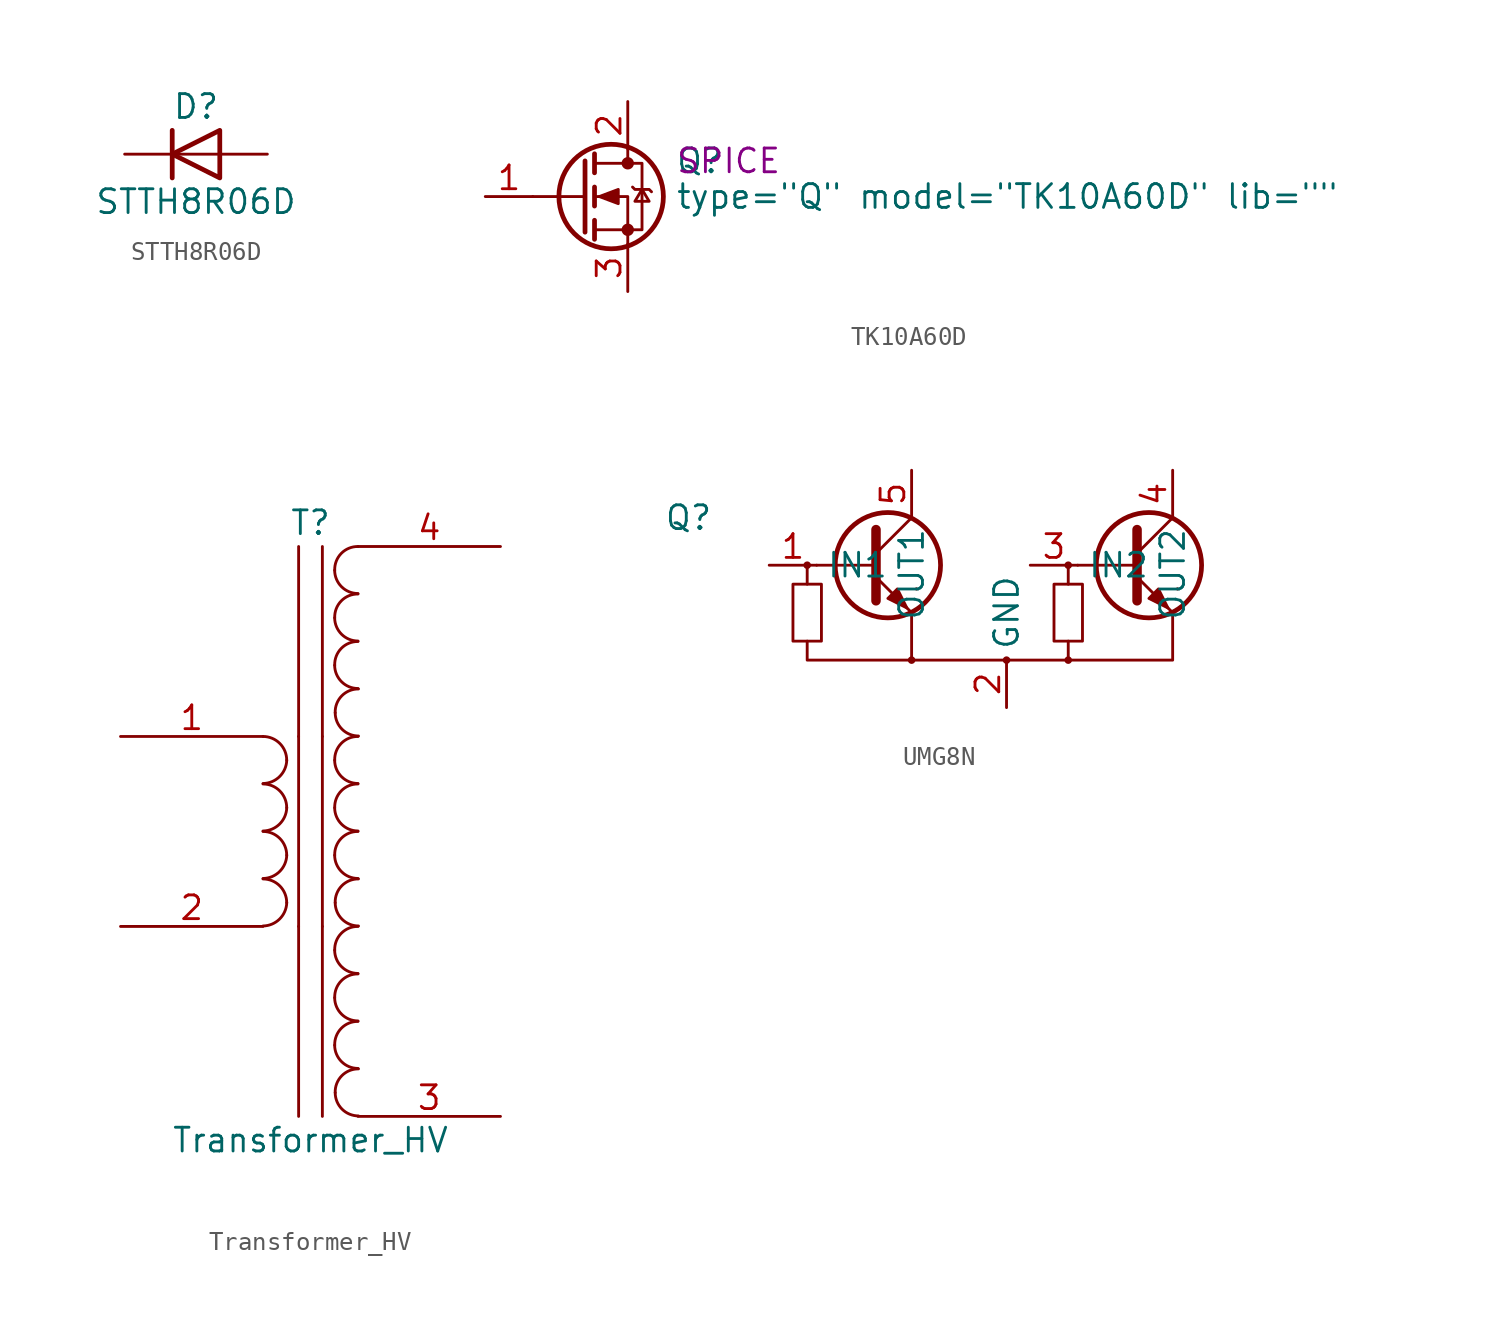
<source format=kicad_sym>
(kicad_symbol_lib
  (version 20231120)
  (generator "kicad_symbol_editor")
  (generator_version "8.0")
  (symbol "STTH8R06D"
    (pin_numbers hide)
    (pin_names
      (offset 1.016) hide)
    (property "Reference" "D"
      (at 0 2.54 0)
      (effects (font (size 1.27 1.27))))
    (property "Value" "STTH8R06D"
      (at 0 -2.54 0)
      (effects (font (size 1.27 1.27))))
    (symbol "STTH8R06D_0_1"
      (polyline (pts (xy -1.27 1.27) (xy -1.27 -1.27)) (stroke (width 0.254) (type default)) (fill (type none)))
      (polyline (pts (xy 1.27 0) (xy -1.27 0)) (stroke (width 0) (type default)) (fill (type none)))
      (polyline (pts (xy 1.27 1.27) (xy 1.27 -1.27) (xy -1.27 0) (xy 1.27 1.27)) (stroke (width 0.254) (type default)) (fill (type none))))
    (symbol "STTH8R06D_1_1"
      (pin passive line (at -3.81 0 0) (length 2.54) (name "K" (effects (font (size 1.27 1.27)))) (number "1" (effects (font (size 1.27 1.27)))))
      (pin passive line (at 3.81 0 180) (length 2.54) (name "A" (effects (font (size 1.27 1.27)))) (number "2" (effects (font (size 1.27 1.27)))))))
  (symbol "TK10A60D"
    (pin_names hide)
    (property "Reference" "Q"
      (at 5.08 1.905 0)
      (effects (font (size 1.27 1.27)) (justify left)))
    (property "Value" "${SIM.PARAMS}"
      (at 5.08 0 0)
      (effects (font (size 1.27 1.27)) (justify left)))
    (property "Sim.Device" "SPICE"
      (at 5.08 1.905 0)
      (effects (font (size 1.27 1.27)) (justify left)))
    (property "Sim.Params" "type=\"Q\" model=\"TK10A60D\" lib=\"\""
      (at 0 0 0)
      (effects (font (size 1.27 1.27)) (hide yes)))
    (symbol "TK10A60D_0_1"
      (polyline (pts (xy 0.254 0) (xy -2.54 0)) (stroke (width 0) (type default)) (fill (type none)))
      (polyline (pts (xy 0.254 1.905) (xy 0.254 -1.905)) (stroke (width 0.254) (type default)) (fill (type none)))
      (polyline (pts (xy 0.762 -1.27) (xy 0.762 -2.286)) (stroke (width 0.254) (type default)) (fill (type none)))
      (polyline (pts (xy 0.762 0.508) (xy 0.762 -0.508)) (stroke (width 0.254) (type default)) (fill (type none)))
      (polyline (pts (xy 0.762 2.286) (xy 0.762 1.27)) (stroke (width 0.254) (type default)) (fill (type none)))
      (polyline (pts (xy 2.54 2.54) (xy 2.54 1.778)) (stroke (width 0) (type default)) (fill (type none)))
      (polyline (pts (xy 2.54 -2.54) (xy 2.54 0) (xy 0.762 0)) (stroke (width 0) (type default)) (fill (type none)))
      (polyline (pts (xy 0.762 -1.778) (xy 3.302 -1.778) (xy 3.302 1.778) (xy 0.762 1.778)) (stroke (width 0) (type default)) (fill (type none)))
      (polyline (pts (xy 1.016 0) (xy 2.032 0.381) (xy 2.032 -0.381) (xy 1.016 0)) (stroke (width 0) (type default)) (fill (type outline)))
      (polyline (pts (xy 2.794 0.508) (xy 2.921 0.381) (xy 3.683 0.381) (xy 3.81 0.254)) (stroke (width 0) (type default)) (fill (type none)))
      (polyline (pts (xy 3.302 0.381) (xy 2.921 -0.254) (xy 3.683 -0.254) (xy 3.302 0.381)) (stroke (width 0) (type default)) (fill (type none)))
      (circle (center 1.651 0) (radius 2.794) (stroke (width 0.254) (type default)) (fill (type none)))
      (circle (center 2.54 -1.778) (radius 0.254) (stroke (width 0) (type default)) (fill (type outline)))
      (circle (center 2.54 1.778) (radius 0.254) (stroke (width 0) (type default)) (fill (type outline))))
    (symbol "TK10A60D_1_1"
      (pin passive line (at -5.08 0 0) (length 2.54) (name "G" (effects (font (size 1.27 1.27)))) (number "1" (effects (font (size 1.27 1.27)))))
      (pin passive line (at 2.54 5.08 270) (length 2.54) (name "D" (effects (font (size 1.27 1.27)))) (number "2" (effects (font (size 1.27 1.27)))))
      (pin passive line (at 2.54 -5.08 90) (length 2.54) (name "S" (effects (font (size 1.27 1.27)))) (number "3" (effects (font (size 1.27 1.27)))))))
  (symbol "Transformer_HV"
    (pin_names
      (offset 1.016) hide)
    (property "Reference" "T"
      (at 0 16.51 0)
      (effects (font (size 1.27 1.27))))
    (property "Value" "Transformer_HV"
      (at 0 -16.51 0)
      (effects (font (size 1.27 1.27))))
    (symbol "Transformer_HV_0_1"
      (arc (start -2.54 -5.0546) (mid -1.6599 -4.6901) (end -1.27 -3.81) (stroke (width 0) (type default)) (fill (type none)))
      (arc (start -2.54 -2.5146) (mid -1.6599 -2.1501) (end -1.27 -1.27) (stroke (width 0) (type default)) (fill (type none)))
      (arc (start -2.54 0.0254) (mid -1.6599 0.3899) (end -1.27 1.27) (stroke (width 0) (type default)) (fill (type none)))
      (arc (start -2.54 2.5654) (mid -1.6599 2.9299) (end -1.27 3.81) (stroke (width 0) (type default)) (fill (type none)))
      (arc (start -1.27 -3.81) (mid -1.642 -2.912) (end -2.54 -2.54) (stroke (width 0) (type default)) (fill (type none)))
      (arc (start -1.27 -1.27) (mid -1.642 -0.372) (end -2.54 0) (stroke (width 0) (type default)) (fill (type none)))
      (arc (start -1.27 1.27) (mid -1.642 2.168) (end -2.54 2.54) (stroke (width 0) (type default)) (fill (type none)))
      (arc (start -1.27 3.81) (mid -1.642 4.708) (end -2.54 5.08) (stroke (width 0) (type default)) (fill (type none)))
      (polyline (pts (xy -0.635 5.08) (xy -0.635 -5.08)) (stroke (width 0) (type default)) (fill (type none)))
      (polyline (pts (xy 0.635 -5.08) (xy 0.635 5.08)) (stroke (width 0) (type default)) (fill (type none)))
      (arc (start 1.2954 -11.43) (mid 1.6599 -12.3101) (end 2.54 -12.6746) (stroke (width 0) (type default)) (fill (type none)))
      (arc (start 1.2954 -8.89) (mid 1.6599 -9.7701) (end 2.54 -10.1346) (stroke (width 0) (type default)) (fill (type none)))
      (arc (start 1.2954 -6.35) (mid 1.6599 -7.2301) (end 2.54 -7.5946) (stroke (width 0) (type default)) (fill (type none)))
      (arc (start 1.2954 -1.27) (mid 1.6599 -2.1501) (end 2.54 -2.5146) (stroke (width 0) (type default)) (fill (type none)))
      (arc (start 1.2954 1.27) (mid 1.6599 0.3899) (end 2.54 0.0254) (stroke (width 0) (type default)) (fill (type none)))
      (arc (start 1.2954 3.81) (mid 1.6599 2.9299) (end 2.54 2.5654) (stroke (width 0) (type default)) (fill (type none)))
      (arc (start 1.2954 8.89) (mid 1.6599 8.0099) (end 2.54 7.6454) (stroke (width 0) (type default)) (fill (type none)))
      (arc (start 1.2954 11.43) (mid 1.6599 10.5499) (end 2.54 10.1854) (stroke (width 0) (type default)) (fill (type none)))
      (arc (start 1.2954 13.97) (mid 1.6599 13.0899) (end 2.54 12.7254) (stroke (width 0) (type default)) (fill (type none)))
      (arc (start 1.3208 -13.97) (mid 1.6853 -14.8501) (end 2.5654 -15.2146) (stroke (width 0) (type default)) (fill (type none)))
      (arc (start 1.3208 -3.81) (mid 1.6853 -4.6901) (end 2.5654 -5.0546) (stroke (width 0) (type default)) (fill (type none)))
      (arc (start 1.3208 6.35) (mid 1.6853 5.4699) (end 2.5654 5.1054) (stroke (width 0) (type default)) (fill (type none)))
      (arc (start 2.54 -10.16) (mid 1.642 -10.532) (end 1.2954 -11.43) (stroke (width 0) (type default)) (fill (type none)))
      (arc (start 2.54 -7.62) (mid 1.642 -7.992) (end 1.2954 -8.89) (stroke (width 0) (type default)) (fill (type none)))
      (arc (start 2.54 -5.08) (mid 1.642 -5.452) (end 1.2954 -6.35) (stroke (width 0) (type default)) (fill (type none)))
      (arc (start 2.54 0) (mid 1.642 -0.372) (end 1.2954 -1.27) (stroke (width 0) (type default)) (fill (type none)))
      (arc (start 2.54 2.54) (mid 1.642 2.168) (end 1.2954 1.27) (stroke (width 0) (type default)) (fill (type none)))
      (arc (start 2.54 5.08) (mid 1.642 4.708) (end 1.2954 3.81) (stroke (width 0) (type default)) (fill (type none)))
      (arc (start 2.54 10.16) (mid 1.642 9.788) (end 1.2954 8.89) (stroke (width 0) (type default)) (fill (type none)))
      (arc (start 2.54 12.7) (mid 1.642 12.328) (end 1.2954 11.43) (stroke (width 0) (type default)) (fill (type none)))
      (arc (start 2.54 15.24) (mid 1.642 14.868) (end 1.2954 13.97) (stroke (width 0) (type default)) (fill (type none)))
      (arc (start 2.5654 -12.7) (mid 1.6674 -13.072) (end 1.3208 -13.97) (stroke (width 0) (type default)) (fill (type none)))
      (arc (start 2.5654 -2.54) (mid 1.6674 -2.912) (end 1.3208 -3.81) (stroke (width 0) (type default)) (fill (type none)))
      (arc (start 2.5654 7.62) (mid 1.6674 7.248) (end 1.3208 6.35) (stroke (width 0) (type default)) (fill (type none))))
    (symbol "Transformer_HV_1_1"
      (polyline (pts (xy -0.635 -5.08) (xy -0.635 -15.24)) (stroke (width 0) (type default)) (fill (type none)))
      (polyline (pts (xy -0.635 15.24) (xy -0.635 5.08)) (stroke (width 0) (type default)) (fill (type none)))
      (polyline (pts (xy 0.635 -15.24) (xy 0.635 -5.08)) (stroke (width 0) (type default)) (fill (type none)))
      (polyline (pts (xy 0.635 5.08) (xy 0.635 15.24)) (stroke (width 0) (type default)) (fill (type none)))
      (pin passive line (at -10.16 5.08 0) (length 7.62) (name "AA" (effects (font (size 1.27 1.27)))) (number "1" (effects (font (size 1.27 1.27)))))
      (pin passive line (at -10.16 -5.08 0) (length 7.62) (name "AB" (effects (font (size 1.27 1.27)))) (number "2" (effects (font (size 1.27 1.27)))))
      (pin passive line (at 10.16 -15.24 180) (length 7.62) (name "SA" (effects (font (size 1.27 1.27)))) (number "3" (effects (font (size 1.27 1.27)))))
      (pin passive line (at 10.16 15.24 180) (length 7.62) (name "SB" (effects (font (size 1.27 1.27)))) (number "4" (effects (font (size 1.27 1.27)))))))
  (symbol "UMG8N"
    (property "Reference" "Q"
      (at -4.318 2.54 0)
      (effects (font (size 1.27 1.27))))
    (property "Value" ""
      (at 0 0 0)
      (effects (font (size 1.27 1.27))))
    (symbol "UMG8N_0_1"
      (polyline (pts (xy 2.032 0) (xy 2.032 -1.016)) (stroke (width 0) (type default)) (fill (type none)))
      (polyline (pts (xy 2.54 0) (xy 5.715 0)) (stroke (width 0.152) (type default)) (fill (type none)))
      (polyline (pts (xy 5.715 0.635) (xy 7.62 2.54)) (stroke (width 0) (type default)) (fill (type none)))
      (polyline (pts (xy 7.62 -5.08) (xy 16.002 -5.08)) (stroke (width 0) (type default)) (fill (type none)))
      (polyline (pts (xy 7.874 -1.27) (xy 7.874 -1.27)) (stroke (width 0.152) (type default)) (fill (type none)))
      (polyline (pts (xy 7.874 -1.27) (xy 7.874 -1.27)) (stroke (width 0.152) (type default)) (fill (type none)))
      (polyline (pts (xy 16.002 0) (xy 16.002 -1.016)) (stroke (width 0) (type default)) (fill (type none)))
      (polyline (pts (xy 16.51 0) (xy 19.685 0)) (stroke (width 0.152) (type default)) (fill (type none)))
      (polyline (pts (xy 19.685 0.635) (xy 21.59 2.54)) (stroke (width 0) (type default)) (fill (type none)))
      (polyline (pts (xy 21.844 -1.27) (xy 21.844 -1.27)) (stroke (width 0.152) (type default)) (fill (type none)))
      (polyline (pts (xy 21.844 -1.27) (xy 21.844 -1.27)) (stroke (width 0.152) (type default)) (fill (type none)))
      (polyline (pts (xy 5.715 -0.635) (xy 7.62 -2.54) (xy 7.62 -2.54)) (stroke (width 0) (type default)) (fill (type none)))
      (polyline (pts (xy 5.715 1.905) (xy 5.715 -1.905) (xy 5.715 -1.905)) (stroke (width 0.508) (type default)) (fill (type none)))
      (polyline (pts (xy 19.685 -0.635) (xy 21.59 -2.54) (xy 21.59 -2.54)) (stroke (width 0) (type default)) (fill (type none)))
      (polyline (pts (xy 19.685 1.905) (xy 19.685 -1.905) (xy 19.685 -1.905)) (stroke (width 0.508) (type default)) (fill (type none)))
      (polyline (pts (xy 2.032 -4.064) (xy 2.032 -5.08) (xy 7.62 -5.08) (xy 7.62 -2.54)) (stroke (width 0) (type default)) (fill (type none)))
      (polyline (pts (xy 16.002 -4.064) (xy 16.002 -5.08) (xy 21.59 -5.08) (xy 21.59 -2.54)) (stroke (width 0) (type default)) (fill (type none)))
      (polyline (pts (xy 1.27 -1.016) (xy 2.794 -1.016) (xy 2.794 -4.064) (xy 1.27 -4.064) (xy 1.27 -1.016)) (stroke (width 0) (type default)) (fill (type none)))
      (polyline (pts (xy 6.35 -1.778) (xy 6.858 -1.27) (xy 7.366 -2.286) (xy 6.35 -1.778) (xy 6.35 -1.778)) (stroke (width 0) (type default)) (fill (type outline)))
      (polyline (pts (xy 15.24 -1.016) (xy 16.764 -1.016) (xy 16.764 -4.064) (xy 15.24 -4.064) (xy 15.24 -1.016)) (stroke (width 0) (type default)) (fill (type none)))
      (polyline (pts (xy 20.32 -1.778) (xy 20.828 -1.27) (xy 21.336 -2.286) (xy 20.32 -1.778) (xy 20.32 -1.778)) (stroke (width 0) (type default)) (fill (type outline)))
      (circle (center 2.032 0) (radius 0.127) (stroke (width 0) (type default)) (fill (type none)))
      (circle (center 6.35 0) (radius 2.819) (stroke (width 0.254) (type default)) (fill (type none)))
      (circle (center 7.62 -5.08) (radius 0.127) (stroke (width 0) (type default)) (fill (type none)))
      (circle (center 12.7 -5.08) (radius 0.127) (stroke (width 0) (type default)) (fill (type none)))
      (circle (center 16.002 -5.08) (radius 0.127) (stroke (width 0) (type default)) (fill (type none)))
      (circle (center 16.002 0) (radius 0.127) (stroke (width 0) (type default)) (fill (type none)))
      (circle (center 20.32 0) (radius 2.819) (stroke (width 0.254) (type default)) (fill (type none))))
    (symbol "UMG8N_1_1"
      (pin input line (at 0 0 0) (length 2.54) (name "IN1" (effects (font (size 1.27 1.27)))) (number "1" (effects (font (size 1.27 1.27)))))
      (pin open_emitter line (at 12.7 -7.62 90) (length 2.54) (name "GND" (effects (font (size 1.27 1.27)))) (number "2" (effects (font (size 1.27 1.27)))))
      (pin input line (at 13.97 0 0) (length 2.54) (name "IN2" (effects (font (size 1.27 1.27)))) (number "3" (effects (font (size 1.27 1.27)))))
      (pin open_collector line (at 21.59 5.08 270) (length 2.54) (name "OUT2" (effects (font (size 1.27 1.27)))) (number "4" (effects (font (size 1.27 1.27)))))
      (pin open_collector line (at 7.62 5.08 270) (length 2.54) (name "OUT1" (effects (font (size 1.27 1.27)))) (number "5" (effects (font (size 1.27 1.27))))))))
</source>
